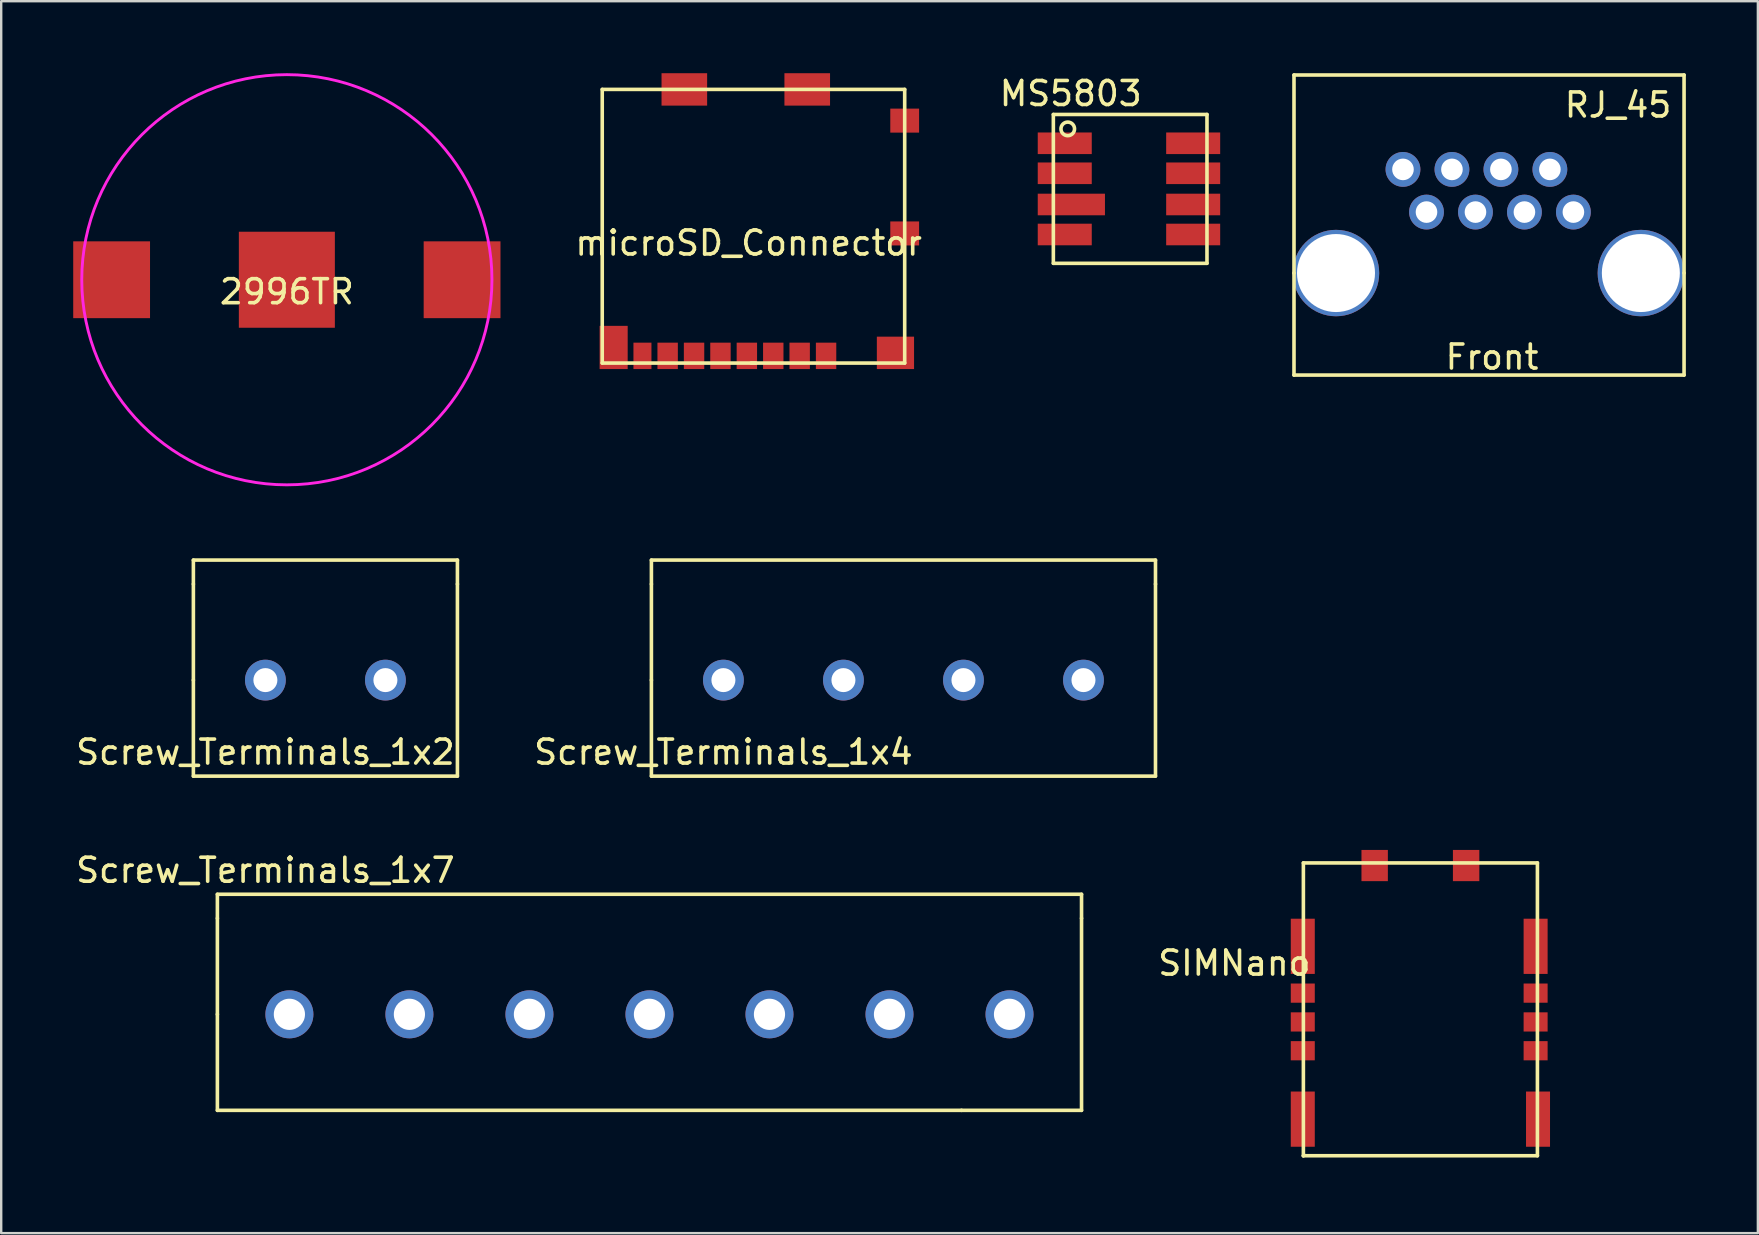
<source format=kicad_pcb>
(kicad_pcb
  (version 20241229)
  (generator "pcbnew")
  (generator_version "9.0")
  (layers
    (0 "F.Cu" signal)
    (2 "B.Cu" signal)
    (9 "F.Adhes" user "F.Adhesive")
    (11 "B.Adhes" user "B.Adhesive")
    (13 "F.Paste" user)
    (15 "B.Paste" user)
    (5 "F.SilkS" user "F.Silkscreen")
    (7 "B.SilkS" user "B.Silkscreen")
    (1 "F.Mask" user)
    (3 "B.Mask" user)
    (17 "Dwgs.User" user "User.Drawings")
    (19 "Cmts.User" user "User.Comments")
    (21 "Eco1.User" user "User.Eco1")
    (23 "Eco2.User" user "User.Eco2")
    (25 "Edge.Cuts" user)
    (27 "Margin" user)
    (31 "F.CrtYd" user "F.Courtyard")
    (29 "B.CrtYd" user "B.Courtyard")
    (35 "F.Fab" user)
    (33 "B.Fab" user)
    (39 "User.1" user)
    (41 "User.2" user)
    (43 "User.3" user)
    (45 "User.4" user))
  (footprint "RJ_45"
    (layer "F.Cu")
    (at 52.607 8.325)
    (property "Reference" "RJ_45" (at 11.75 -7 0) (layer "F.SilkS") (effects (font (size 1 1) (thickness 0.15))))
    (attr through_hole)
    (fp_line (start -1.75 -8.25) (end -1.75 0) (stroke (width 0.15) (type solid)) (layer "F.SilkS"))
    (fp_line (start -1.75 0) (end -1.75 4.25) (stroke (width 0.15) (type solid)) (layer "F.SilkS"))
    (fp_line (start -1.75 4.25) (end 14.5 4.25) (stroke (width 0.15) (type solid)) (layer "F.SilkS"))
    (fp_line (start 14.5 -8.25) (end -1.75 -8.25) (stroke (width 0.15) (type solid)) (layer "F.SilkS"))
    (fp_line (start 14.5 0) (end 14.5 -8.25) (stroke (width 0.15) (type solid)) (layer "F.SilkS"))
    (fp_line (start 14.5 4.25) (end 14.5 0) (stroke (width 0.15) (type solid)) (layer "F.SilkS"))
    (fp_text user "Front" (at 6.5 3.5 0) (layer "F.SilkS") (effects (font (size 1 1) (thickness 0.15))))
    (pad "" thru_hole circle (at 0 0) (size 3.6 3.6) (drill 3.25) (layers "*.Cu" "*.Mask"))
    (pad "" thru_hole circle (at 12.7 0) (size 3.6 3.6) (drill 3.25) (layers "*.Cu" "*.Mask"))
    (pad "1" thru_hole circle (at 9.89 -2.54) (size 1.45 1.45) (drill 0.9) (layers "*.Cu" "*.Mask"))
    (pad "2" thru_hole circle (at 8.91 -4.318) (size 1.45 1.45) (drill 0.9) (layers "*.Cu" "*.Mask"))
    (pad "3" thru_hole circle (at 7.85 -2.54) (size 1.45 1.45) (drill 0.9) (layers "*.Cu" "*.Mask"))
    (pad "4" thru_hole circle (at 6.87 -4.318) (size 1.45 1.45) (drill 0.9) (layers "*.Cu" "*.Mask"))
    (pad "5" thru_hole circle (at 5.81 -2.54) (size 1.45 1.45) (drill 0.9) (layers "*.Cu" "*.Mask"))
    (pad "6" thru_hole circle (at 4.83 -4.318) (size 1.45 1.45) (drill 0.9) (layers "*.Cu" "*.Mask"))
    (pad "7" thru_hole circle (at 3.77 -2.54) (size 1.45 1.45) (drill 0.9) (layers "*.Cu" "*.Mask"))
    (pad "8" thru_hole circle (at 2.79 -4.318) (size 1.45 1.45) (drill 0.9) (layers "*.Cu" "*.Mask")))
  (footprint "Screw_Terminals_1x2"
    (layer "F.Cu")
    (at 8.006 25.283)
    (property "Reference" "Screw_Terminals_1x2" (at 0 3 0) (layer "F.SilkS") (effects (font (size 1 1) (thickness 0.15))))
    (attr through_hole)
    (fp_line (start -3 -5) (end -3 -4) (stroke (width 0.15) (type solid)) (layer "F.SilkS"))
    (fp_line (start -3 -4) (end -3 0) (stroke (width 0.15) (type solid)) (layer "F.SilkS"))
    (fp_line (start -3 0) (end -3 4) (stroke (width 0.15) (type solid)) (layer "F.SilkS"))
    (fp_line (start 8 -5) (end -3 -5) (stroke (width 0.15) (type solid)) (layer "F.SilkS"))
    (fp_line (start 8 -4) (end 8 -5) (stroke (width 0.15) (type solid)) (layer "F.SilkS"))
    (fp_line (start 8 -4) (end 8 4) (stroke (width 0.15) (type solid)) (layer "F.SilkS"))
    (fp_line (start 8 4) (end -3 4) (stroke (width 0.15) (type solid)) (layer "F.SilkS"))
    (pad "1" thru_hole circle (at 0 0) (size 1.7 1.7) (drill 1) (layers "*.Cu" "*.Mask"))
    (pad "2" thru_hole circle (at 5 0) (size 1.7 1.7) (drill 1) (layers "*.Cu" "*.Mask")))
  (footprint "Screw_Terminals_1x4"
    (layer "F.Cu")
    (at 27.087 25.283)
    (property "Reference" "Screw_Terminals_1x4" (at 0 3 0) (layer "F.SilkS") (effects (font (size 1 1) (thickness 0.15))))
    (attr through_hole)
    (fp_line (start -3 -5) (end -3 -4) (stroke (width 0.15) (type solid)) (layer "F.SilkS"))
    (fp_line (start -3 -4) (end -3 0) (stroke (width 0.15) (type solid)) (layer "F.SilkS"))
    (fp_line (start -3 0) (end -3 4) (stroke (width 0.15) (type solid)) (layer "F.SilkS"))
    (fp_line (start -3 4) (end 18 4) (stroke (width 0.15) (type solid)) (layer "F.SilkS"))
    (fp_line (start 18 -5) (end -3 -5) (stroke (width 0.15) (type solid)) (layer "F.SilkS"))
    (fp_line (start 18 -4) (end 18 -5) (stroke (width 0.15) (type solid)) (layer "F.SilkS"))
    (fp_line (start 18 4) (end 18 -4) (stroke (width 0.15) (type solid)) (layer "F.SilkS"))
    (pad "1" thru_hole circle (at 0 0) (size 1.7 1.7) (drill 1) (layers "*.Cu" "*.Mask"))
    (pad "2" thru_hole circle (at 5 0) (size 1.7 1.7) (drill 1) (layers "*.Cu" "*.Mask"))
    (pad "3" thru_hole circle (at 10 0) (size 1.7 1.7) (drill 1) (layers "*.Cu" "*.Mask"))
    (pad "4" thru_hole circle (at 15 0) (size 1.7 1.7) (drill 1) (layers "*.Cu" "*.Mask")))
  (footprint "SIMNano"
    (layer "F.Cu")
    (at 56.123 45.073)
    (property "Reference" "SIMNano" (at -7.75 -8 0) (layer "F.SilkS") (effects (font (size 1 1) (thickness 0.15))))
    (attr through_hole)
    (fp_line (start -4.875 -12.175) (end -4.875 0.025) (stroke (width 0.15) (type solid)) (layer "F.SilkS"))
    (fp_line (start -4.875 -12.175) (end 4.875 -12.175) (stroke (width 0.15) (type solid)) (layer "F.SilkS"))
    (fp_line (start -4.875 0.025) (end -4.85 0) (stroke (width 0.15) (type solid)) (layer "F.SilkS"))
    (fp_line (start -4.875 0.025) (end 4.875 0.025) (stroke (width 0.15) (type solid)) (layer "F.SilkS"))
    (fp_line (start 4.875 0.025) (end 4.875 -12.175) (stroke (width 0.15) (type solid)) (layer "F.SilkS"))
    (pad "1" connect rect (at 4.8 -4.35) (size 1 0.8) (layers "F.Cu" "F.Mask"))
    (pad "2" connect rect (at 4.8 -5.55) (size 1 0.8) (layers "F.Cu" "F.Mask"))
    (pad "3" connect rect (at -4.9 -4.35) (size 1 0.8) (layers "F.Cu" "F.Mask"))
    (pad "4" connect rect (at -4.9 -8.7) (size 1 2.3) (layers "F.Cu" "F.Mask"))
    (pad "4" connect rect (at -4.9 -1.5) (size 1 2.3) (layers "F.Cu" "F.Mask"))
    (pad "4" connect rect (at 4.8 -8.7) (size 1 2.3) (layers "F.Cu" "F.Mask"))
    (pad "4" connect rect (at 4.8 -6.75) (size 1 0.8) (layers "F.Cu" "F.Mask"))
    (pad "4" connect rect (at 4.9 -1.5) (size 1 2.3) (layers "F.Cu" "F.Mask"))
    (pad "5" connect rect (at -4.9 -5.55) (size 1 0.8) (layers "F.Cu" "F.Mask"))
    (pad "6" connect rect (at -4.9 -6.75) (size 1 0.8) (layers "F.Cu" "F.Mask"))
    (pad "NC" connect rect (at -1.905 -12.065) (size 1.1 1.3) (layers "F.Cu" "F.Mask"))
    (pad "NC" connect rect (at 1.905 -12.065) (size 1.1 1.3) (layers "F.Cu" "F.Mask")))
  (footprint "microSD_Connector"
    (layer "F.Cu")
    (at 28.239 12.075)
    (property "Reference" "microSD_Connector" (at -0.1 -5 0) (layer "F.SilkS") (effects (font (size 1 1) (thickness 0.15))))
    (attr through_hole)
    (fp_line (start -6.2 -11.4) (end -6.2 0) (stroke (width 0.15) (type solid)) (layer "F.SilkS"))
    (fp_line (start -6.2 -11.4) (end 6.4 -11.4) (stroke (width 0.15) (type solid)) (layer "F.SilkS"))
    (fp_line (start -6.2 0) (end 0.2 0) (stroke (width 0.15) (type solid)) (layer "F.SilkS"))
    (fp_line (start 0 0) (end 6.4 0) (stroke (width 0.15) (type solid)) (layer "F.SilkS"))
    (fp_line (start 6.4 0) (end 6.4 -11.4) (stroke (width 0.15) (type solid)) (layer "F.SilkS"))
    (pad "1" smd rect (at 3.125 -0.3) (size 0.85 1.1) (layers "F.Cu" "F.Mask" "F.Paste"))
    (pad "2" smd rect (at 2.025 -0.3) (size 0.85 1.1) (layers "F.Cu" "F.Mask" "F.Paste"))
    (pad "3" smd rect (at 0.925 -0.3) (size 0.85 1.1) (layers "F.Cu" "F.Mask" "F.Paste"))
    (pad "4" smd rect (at -0.175 -0.3) (size 0.85 1.1) (layers "F.Cu" "F.Mask" "F.Paste"))
    (pad "5" smd rect (at -1.275 -0.3) (size 0.85 1.1) (layers "F.Cu" "F.Mask" "F.Paste"))
    (pad "6" smd rect (at -2.375 -0.3) (size 0.85 1.1) (layers "F.Cu" "F.Mask" "F.Paste"))
    (pad "7" smd rect (at -3.475 -0.3) (size 0.85 1.1) (layers "F.Cu" "F.Mask" "F.Paste"))
    (pad "8" smd rect (at -4.525 -0.3) (size 0.75 1.1) (layers "F.Cu" "F.Mask" "F.Paste"))
    (pad "9" smd rect (at -5.725 -0.65) (size 1.17 1.8) (layers "F.Cu" "F.Mask" "F.Paste"))
    (pad "9" smd rect (at -2.78 -11.4) (size 1.9 1.35) (layers "F.Cu" "F.Mask" "F.Paste"))
    (pad "9" smd rect (at 2.34 -11.4) (size 1.9 1.35) (layers "F.Cu" "F.Mask" "F.Paste"))
    (pad "9" smd rect (at 6.015 -0.425) (size 1.55 1.35) (layers "F.Cu" "F.Mask" "F.Paste"))
    (pad "NC" smd rect (at 6.4 -10.1) (size 1.2 1) (layers "F.Cu" "F.Mask" "F.Paste"))
    (pad "NC" smd rect (at 6.4 -5.4) (size 1.2 1) (layers "F.Cu" "F.Mask" "F.Paste")))
  (footprint "2996TR"
    (layer "F.Cu")
    (at 8.9 8.604)
    (property "Reference" "2996TR" (at 0 0.5 0) (layer "F.SilkS") (effects (font (size 1 1) (thickness 0.15))))
    (attr through_hole)
    (fp_circle (center 0 0) (end 8 -3) (stroke (width 0.12) (type solid)) (fill no) (layer "F.CrtYd"))
    (pad "1" smd rect (at -7.3 0) (size 3.2 3.2) (layers "F.Cu" "F.Mask" "F.Paste"))
    (pad "1" smd rect (at 7.3 0) (size 3.2 3.2) (layers "F.Cu" "F.Mask" "F.Paste"))
    (pad "2" smd rect (at 0 0) (size 4 4) (layers "F.Cu" "F.Mask" "F.Paste")))
  (footprint "MS5803"
    (layer "F.Cu")
    (at 44.056 4.848)
    (property "Reference" "MS5803" (at -2.5 -4 0) (layer "F.SilkS") (effects (font (size 1 1) (thickness 0.15))))
    (attr through_hole)
    (fp_line (start -3.224 -3.129) (end -3.224 3.071) (stroke (width 0.15) (type solid)) (layer "F.SilkS"))
    (fp_line (start -3.224 3.071) (end 3.176 3.071) (stroke (width 0.15) (type solid)) (layer "F.SilkS"))
    (fp_line (start 3.176 -3.129) (end -3.224 -3.129) (stroke (width 0.15) (type solid)) (layer "F.SilkS"))
    (fp_line (start 3.176 3.071) (end 3.176 -3.129) (stroke (width 0.15) (type solid)) (layer "F.SilkS"))
    (fp_circle (center -2.624 -2.529) (end -2.824 -2.729) (stroke (width 0.15) (type solid)) (fill no) (layer "F.SilkS"))
    (pad "1" smd rect (at -2.749 -1.929 180) (size 2.25 0.9) (layers "F.Cu" "F.Mask" "F.Paste"))
    (pad "2" smd rect (at -2.749 -0.679 180) (size 2.25 0.9) (layers "F.Cu" "F.Mask" "F.Paste"))
    (pad "3" smd rect (at -2.474 0.621 180) (size 2.8 0.9) (layers "F.Cu" "F.Mask" "F.Paste"))
    (pad "4" smd rect (at -2.749 1.871 180) (size 2.25 0.9) (layers "F.Cu" "F.Mask" "F.Paste"))
    (pad "5" smd rect (at 2.601 1.871 180) (size 2.25 0.9) (layers "F.Cu" "F.Mask" "F.Paste"))
    (pad "6" smd rect (at 2.601 0.621 180) (size 2.25 0.9) (layers "F.Cu" "F.Mask" "F.Paste"))
    (pad "7" smd rect (at 2.601 -0.679 180) (size 2.25 0.9) (layers "F.Cu" "F.Mask" "F.Paste"))
    (pad "8" smd rect (at 2.601 -1.929 180) (size 2.25 0.9) (layers "F.Cu" "F.Mask" "F.Paste")))
  (footprint "Screw_Terminals_1x7"
    (layer "F.Cu")
    (at 9.006 39.206)
    (property "Reference" "Screw_Terminals_1x7" (at -1 -6 0) (layer "F.SilkS") (effects (font (size 1 1) (thickness 0.15))))
    (attr through_hole)
    (fp_line (start -3 -5) (end -3 -4) (stroke (width 0.15) (type solid)) (layer "F.SilkS"))
    (fp_line (start -3 -4) (end -3 0) (stroke (width 0.15) (type solid)) (layer "F.SilkS"))
    (fp_line (start -3 0) (end -3 4) (stroke (width 0.15) (type solid)) (layer "F.SilkS"))
    (fp_line (start -3 4) (end 28 4) (stroke (width 0.15) (type solid)) (layer "F.SilkS"))
    (fp_line (start 28 4) (end 33 4) (stroke (width 0.15) (type solid)) (layer "F.SilkS"))
    (fp_line (start 33 -5) (end -3 -5) (stroke (width 0.15) (type solid)) (layer "F.SilkS"))
    (fp_line (start 33 -4) (end 33 -5) (stroke (width 0.15) (type solid)) (layer "F.SilkS"))
    (fp_line (start 33 4) (end 33 -4) (stroke (width 0.15) (type solid)) (layer "F.SilkS"))
    (pad "1" thru_hole circle (at 0 0) (size 2 2) (drill 1.3) (layers "*.Cu" "*.Mask"))
    (pad "2" thru_hole circle (at 5 0) (size 2 2) (drill 1.3) (layers "*.Cu" "*.Mask"))
    (pad "3" thru_hole circle (at 10 0) (size 2 2) (drill 1.3) (layers "*.Cu" "*.Mask"))
    (pad "4" thru_hole circle (at 15 0) (size 2 2) (drill 1.3) (layers "*.Cu" "*.Mask"))
    (pad "5" thru_hole circle (at 20 0) (size 2 2) (drill 1.3) (layers "*.Cu" "*.Mask"))
    (pad "6" thru_hole circle (at 25 0) (size 2 2) (drill 1.3) (layers "*.Cu" "*.Mask"))
    (pad "7" thru_hole circle (at 30 0) (size 2 2) (drill 1.3) (layers "*.Cu" "*.Mask")))
  (gr_rect
    (start -3 -3)
    (end 70.182 48.323)
    (stroke (width 0.1) (type default))
    (fill no)
    (layer "Edge.Cuts")))
</source>
